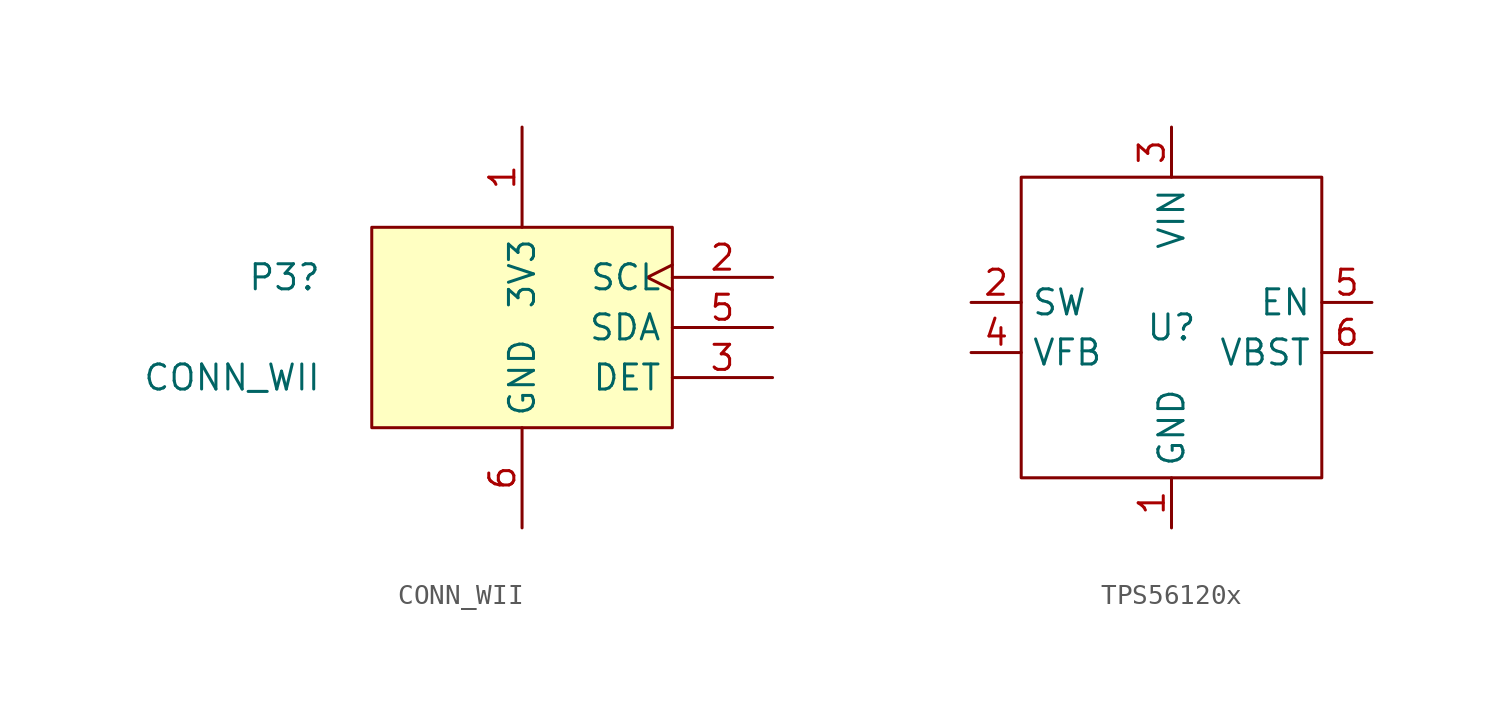
<source format=kicad_sym>
(kicad_symbol_lib
  (version 20241209)
  (generator "kicad_symbol_editor")
  (generator_version "9.0")
  (symbol "CONN_WII"
    (property "Reference" "P3"
      (at -10.16 2.54 0)
      (effects (font (size 1.27 1.27)) (justify right)))
    (property "Value" "CONN_WII"
      (at -10.16 -2.54 0)
      (effects (font (size 1.27 1.27)) (justify right)))
    (symbol "CONN_WII_1_1"
      (rectangle (start -7.62 5.08) (end 7.62 -5.08) (stroke (width 0) (type solid)) (fill (type background)))
      (pin power_in line (at 0 10.16 270) (length 5.08) (name "3V3" (effects (font (size 1.27 1.27)))) (number "1" (effects (font (size 1.27 1.27)))))
      (pin bidirectional clock (at 12.7 2.54 180) (length 5.08) (name "SCL" (effects (font (size 1.27 1.27)))) (number "2" (effects (font (size 1.27 1.27)))))
      (pin passive line (at 12.7 -2.54 180) (length 5.08) (name "DET" (effects (font (size 1.27 1.27)))) (number "3" (effects (font (size 1.27 1.27)))))
      (pin no_connect line (at -12.7 0 0) (length 5.08) hide (name "NC" (effects (font (size 1.27 1.27)))) (number "4" (effects (font (size 1.27 1.27)))))
      (pin bidirectional line (at 12.7 0 180) (length 5.08) (name "SDA" (effects (font (size 1.27 1.27)))) (number "5" (effects (font (size 1.27 1.27)))))
      (pin power_in line (at 0 -10.16 90) (length 5.08) (name "GND" (effects (font (size 1.27 1.27)))) (number "6" (effects (font (size 1.27 1.27)))))))
  (symbol "TPS56120x"
    (property "Reference" "U"
      (at 0 0 0)
      (effects (font (size 1.27 1.27))))
    (property "Value" ""
      (at 0 0 0)
      (effects (font (size 1.27 1.27))))
    (symbol "TPS56120x_0_1"
      (rectangle (start -7.62 7.62) (end 7.62 -7.62) (stroke (width 0) (type default)) (fill (type none))))
    (symbol "TPS56120x_1_1"
      (pin power_out line (at -10.16 1.27 0) (length 2.54) (name "SW" (effects (font (size 1.27 1.27)))) (number "2" (effects (font (size 1.27 1.27)))))
      (pin power_out line (at -10.16 -1.27 0) (length 2.54) (name "VFB" (effects (font (size 1.27 1.27)))) (number "4" (effects (font (size 1.27 1.27)))))
      (pin power_in line (at 0 10.16 270) (length 2.54) (name "VIN" (effects (font (size 1.27 1.27)))) (number "3" (effects (font (size 1.27 1.27)))))
      (pin power_in line (at 0 -10.16 90) (length 2.54) (name "GND" (effects (font (size 1.27 1.27)))) (number "1" (effects (font (size 1.27 1.27)))))
      (pin power_in line (at 10.16 1.27 180) (length 2.54) (name "EN" (effects (font (size 1.27 1.27)))) (number "5" (effects (font (size 1.27 1.27)))))
      (pin power_in line (at 10.16 -1.27 180) (length 2.54) (name "VBST" (effects (font (size 1.27 1.27)))) (number "6" (effects (font (size 1.27 1.27))))))))
</source>
